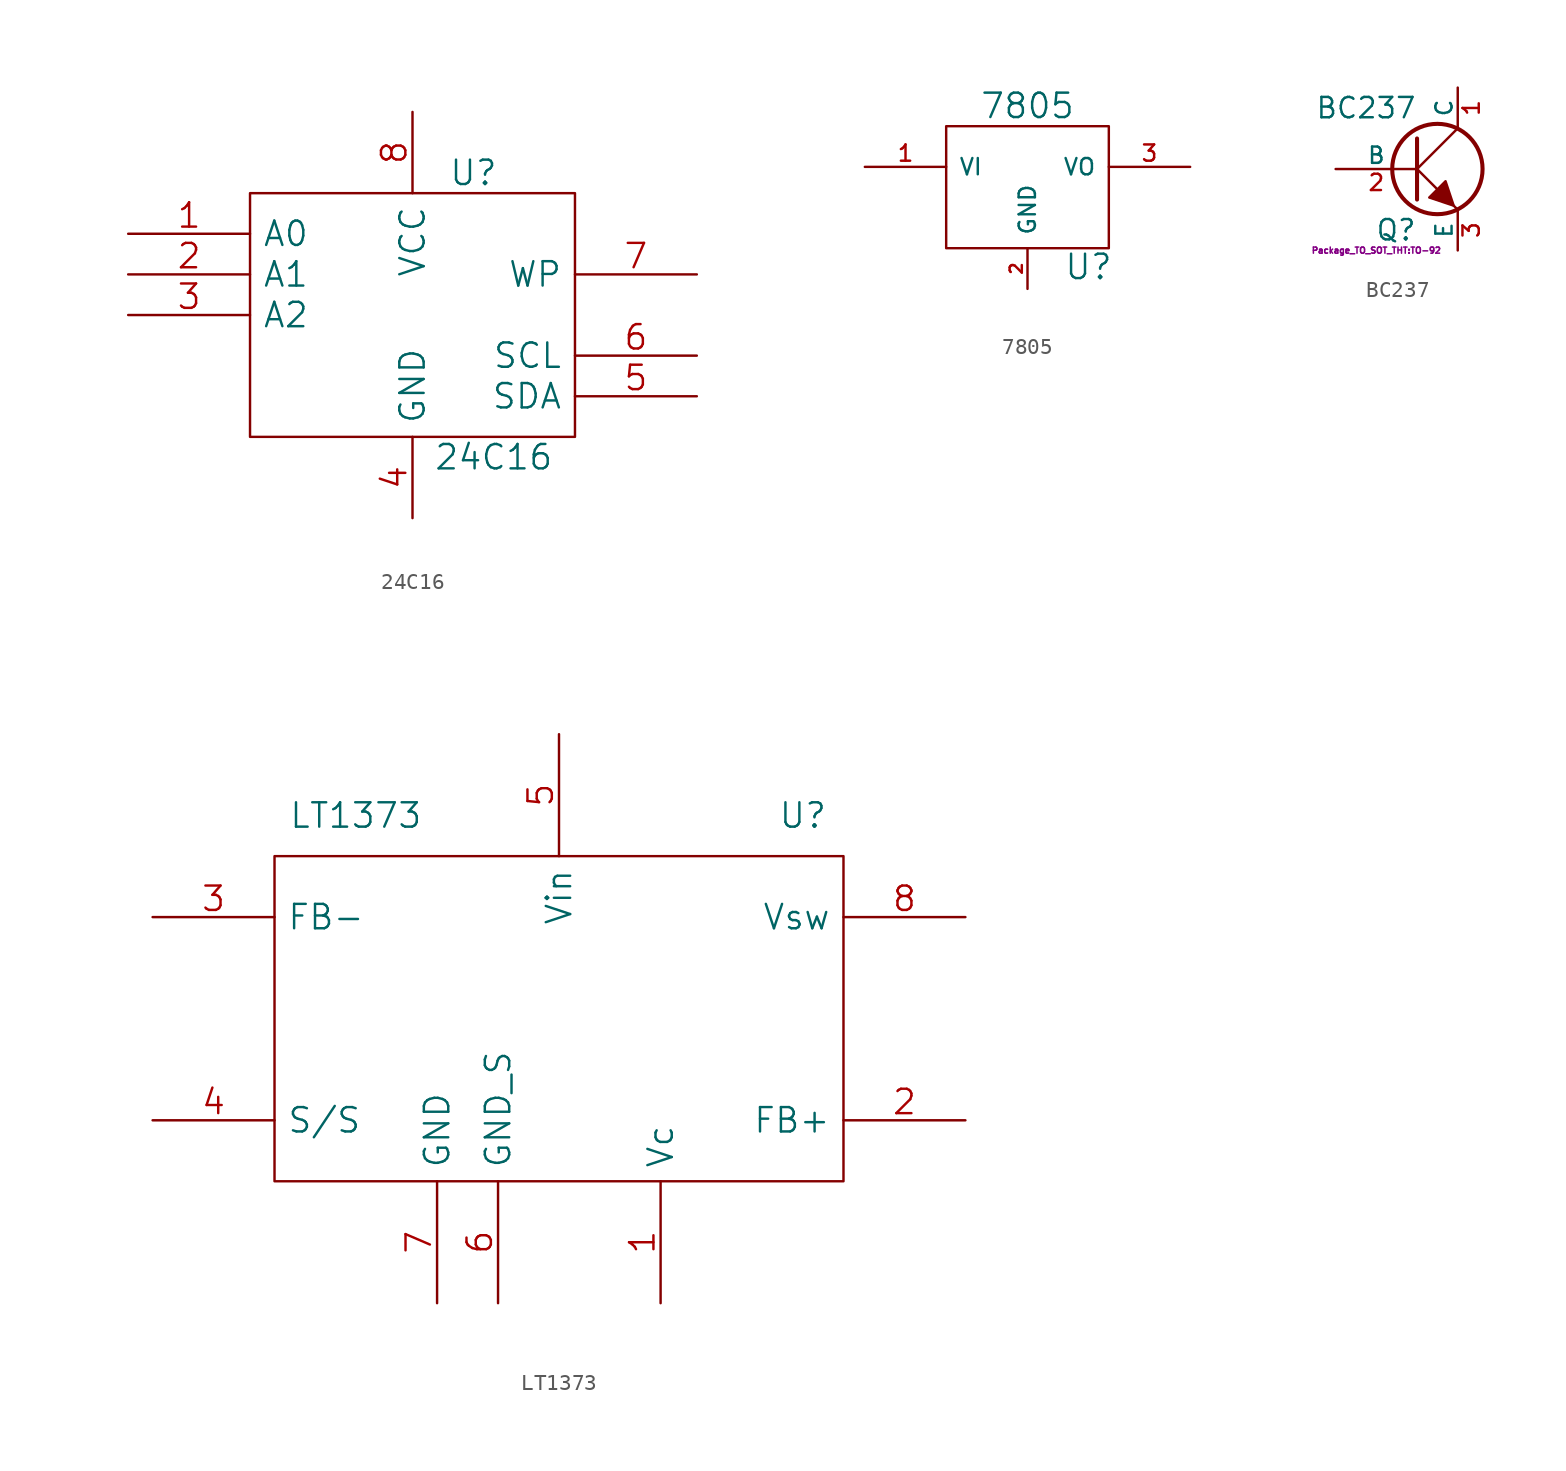
<source format=kicad_sym>
(kicad_symbol_lib
  (version 20241209)
  (generator "kicad_symbol_editor")
  (generator_version "9.0")
  (symbol "24C16"
    (pin_names
      (offset 0.762))
    (property "Reference" "U"
      (at 3.81 8.89 0)
      (effects (font (size 1.524 1.524))))
    (property "Value" "24C16"
      (at 5.08 -8.89 0)
      (effects (font (size 1.524 1.524))))
    (property "Footprint" ""
      (at 0 0 0)
      (effects (font (size 1.524 1.524))))
    (property "Datasheet" ""
      (at 0 0 0)
      (effects (font (size 1.524 1.524))))
    (symbol "24C16_0_0"
      (pin power_in line (at 0 12.7 270) (length 5.08) (name "VCC" (effects (font (size 1.524 1.524)))) (number "8" (effects (font (size 1.524 1.524)))))
      (pin power_in line (at 0 -12.7 90) (length 5.08) (name "GND" (effects (font (size 1.524 1.524)))) (number "4" (effects (font (size 1.524 1.524))))))
    (symbol "24C16_1_1"
      (rectangle (start -10.16 -7.62) (end 10.16 7.62) (stroke (width 0) (type default)) (fill (type none)))
      (pin input line (at -17.78 5.08 0) (length 7.62) (name "A0" (effects (font (size 1.524 1.524)))) (number "1" (effects (font (size 1.524 1.524)))))
      (pin input line (at -17.78 2.54 0) (length 7.62) (name "A1" (effects (font (size 1.524 1.524)))) (number "2" (effects (font (size 1.524 1.524)))))
      (pin input line (at -17.78 0 0) (length 7.62) (name "A2" (effects (font (size 1.524 1.524)))) (number "3" (effects (font (size 1.524 1.524)))))
      (pin input line (at 17.78 2.54 180) (length 7.62) (name "WP" (effects (font (size 1.524 1.524)))) (number "7" (effects (font (size 1.524 1.524)))))
      (pin input line (at 17.78 -2.54 180) (length 7.62) (name "SCL" (effects (font (size 1.524 1.524)))) (number "6" (effects (font (size 1.524 1.524)))))
      (pin bidirectional line (at 17.78 -5.08 180) (length 7.62) (name "SDA" (effects (font (size 1.524 1.524)))) (number "5" (effects (font (size 1.524 1.524)))))))
  (symbol "7805"
    (pin_names
      (offset 0.762))
    (property "Reference" "U"
      (at 3.81 -4.978 0)
      (effects (font (size 1.524 1.524))))
    (property "Value" "7805"
      (at 0 5.08 0)
      (effects (font (size 1.524 1.524))))
    (property "Footprint" ""
      (at 1.27 -7.518 0)
      (effects (font (size 0.381 0.381))))
    (property "Datasheet" ""
      (at 0 0 0)
      (effects (font (size 1.524 1.524))))
    (symbol "7805_0_1"
      (rectangle (start -5.08 -3.81) (end 5.08 3.81) (stroke (width 0) (type default)) (fill (type none))))
    (symbol "7805_1_1"
      (pin input line (at -10.16 1.27 0) (length 5.08) (name "VI" (effects (font (size 1.016 1.016)))) (number "1" (effects (font (size 1.016 1.016)))))
      (pin input line (at 0 -6.35 90) (length 2.54) (name "GND" (effects (font (size 1.016 1.016)))) (number "2" (effects (font (size 0.762 0.762)))))
      (pin power_out line (at 10.16 1.27 180) (length 5.08) (name "VO" (effects (font (size 1.016 1.016)))) (number "3" (effects (font (size 1.016 1.016)))))))
  (symbol "BC237"
    (pin_names
      (offset 0))
    (property "Reference" "Q"
      (at 0 -3.81 0)
      (effects (font (size 1.27 1.27)) (justify right)))
    (property "Value" "BC237"
      (at 0 3.81 0)
      (effects (font (size 1.27 1.27)) (justify right)))
    (property "Footprint" "Package_TO_SOT_THT:TO-92"
      (at -2.54 -5.08 0)
      (effects (font (size 0.381 0.381))))
    (property "Datasheet" ""
      (at 0 0 0)
      (effects (font (size 1.524 1.524))))
    (symbol "BC237_0_1"
      (polyline (pts (xy 0 1.905) (xy 0 -1.905) (xy 0 -1.905)) (stroke (width 0.254) (type default)) (fill (type none)))
      (polyline (pts (xy 0 0) (xy 2.54 2.54)) (stroke (width 0) (type default)) (fill (type none)))
      (circle (center 1.27 0) (radius 2.819) (stroke (width 0.254) (type default)) (fill (type none)))
      (polyline (pts (xy 1.27 -1.27) (xy 0 0) (xy 0 0)) (stroke (width 0) (type default)) (fill (type none)))
      (polyline (pts (xy 2.286 -2.286) (xy 2.54 -2.54) (xy 2.54 -2.54)) (stroke (width 0) (type default)) (fill (type none)))
      (polyline (pts (xy 2.286 -2.286) (xy 1.778 -0.762) (xy 0.762 -1.778) (xy 2.286 -2.286) (xy 2.286 -2.286)) (stroke (width 0) (type default)) (fill (type outline))))
    (symbol "BC237_1_1"
      (pin input line (at -5.08 0 0) (length 5.08) (name "B" (effects (font (size 1.016 1.016)))) (number "2" (effects (font (size 1.016 1.016)))))
      (pin passive line (at 2.54 5.08 270) (length 2.54) (name "C" (effects (font (size 1.016 1.016)))) (number "1" (effects (font (size 1.016 1.016)))))
      (pin passive line (at 2.54 -5.08 90) (length 2.54) (name "E" (effects (font (size 1.016 1.016)))) (number "3" (effects (font (size 1.016 1.016)))))))
  (symbol "LT1373"
    (pin_names
      (offset 0.762))
    (property "Reference" "U"
      (at 15.24 12.7 0)
      (effects (font (size 1.524 1.524))))
    (property "Value" "LT1373"
      (at -12.7 12.7 0)
      (effects (font (size 1.524 1.524))))
    (property "Footprint" ""
      (at 0 0 0)
      (effects (font (size 1.524 1.524))))
    (property "Datasheet" ""
      (at 0 0 0)
      (effects (font (size 1.524 1.524))))
    (symbol "LT1373_0_1"
      (rectangle (start -17.78 -10.16) (end 17.78 10.16) (stroke (width 0) (type default)) (fill (type none))))
    (symbol "LT1373_1_1"
      (pin passive line (at -25.4 6.35 0) (length 7.62) (name "FB-" (effects (font (size 1.524 1.524)))) (number "3" (effects (font (size 1.524 1.524)))))
      (pin passive line (at -25.4 -6.35 0) (length 7.62) (name "S/S" (effects (font (size 1.524 1.524)))) (number "4" (effects (font (size 1.524 1.524)))))
      (pin input line (at -7.62 -17.78 90) (length 7.62) (name "GND" (effects (font (size 1.524 1.524)))) (number "7" (effects (font (size 1.524 1.524)))))
      (pin input line (at -3.81 -17.78 90) (length 7.62) (name "GND_S" (effects (font (size 1.524 1.524)))) (number "6" (effects (font (size 1.524 1.524)))))
      (pin power_in line (at 0 17.78 270) (length 7.62) (name "Vin" (effects (font (size 1.524 1.524)))) (number "5" (effects (font (size 1.524 1.524)))))
      (pin input line (at 6.35 -17.78 90) (length 7.62) (name "Vc" (effects (font (size 1.524 1.524)))) (number "1" (effects (font (size 1.524 1.524)))))
      (pin input line (at 25.4 6.35 180) (length 7.62) (name "Vsw" (effects (font (size 1.524 1.524)))) (number "8" (effects (font (size 1.524 1.524)))))
      (pin input line (at 25.4 -6.35 180) (length 7.62) (name "FB+" (effects (font (size 1.524 1.524)))) (number "2" (effects (font (size 1.524 1.524))))))))
</source>
